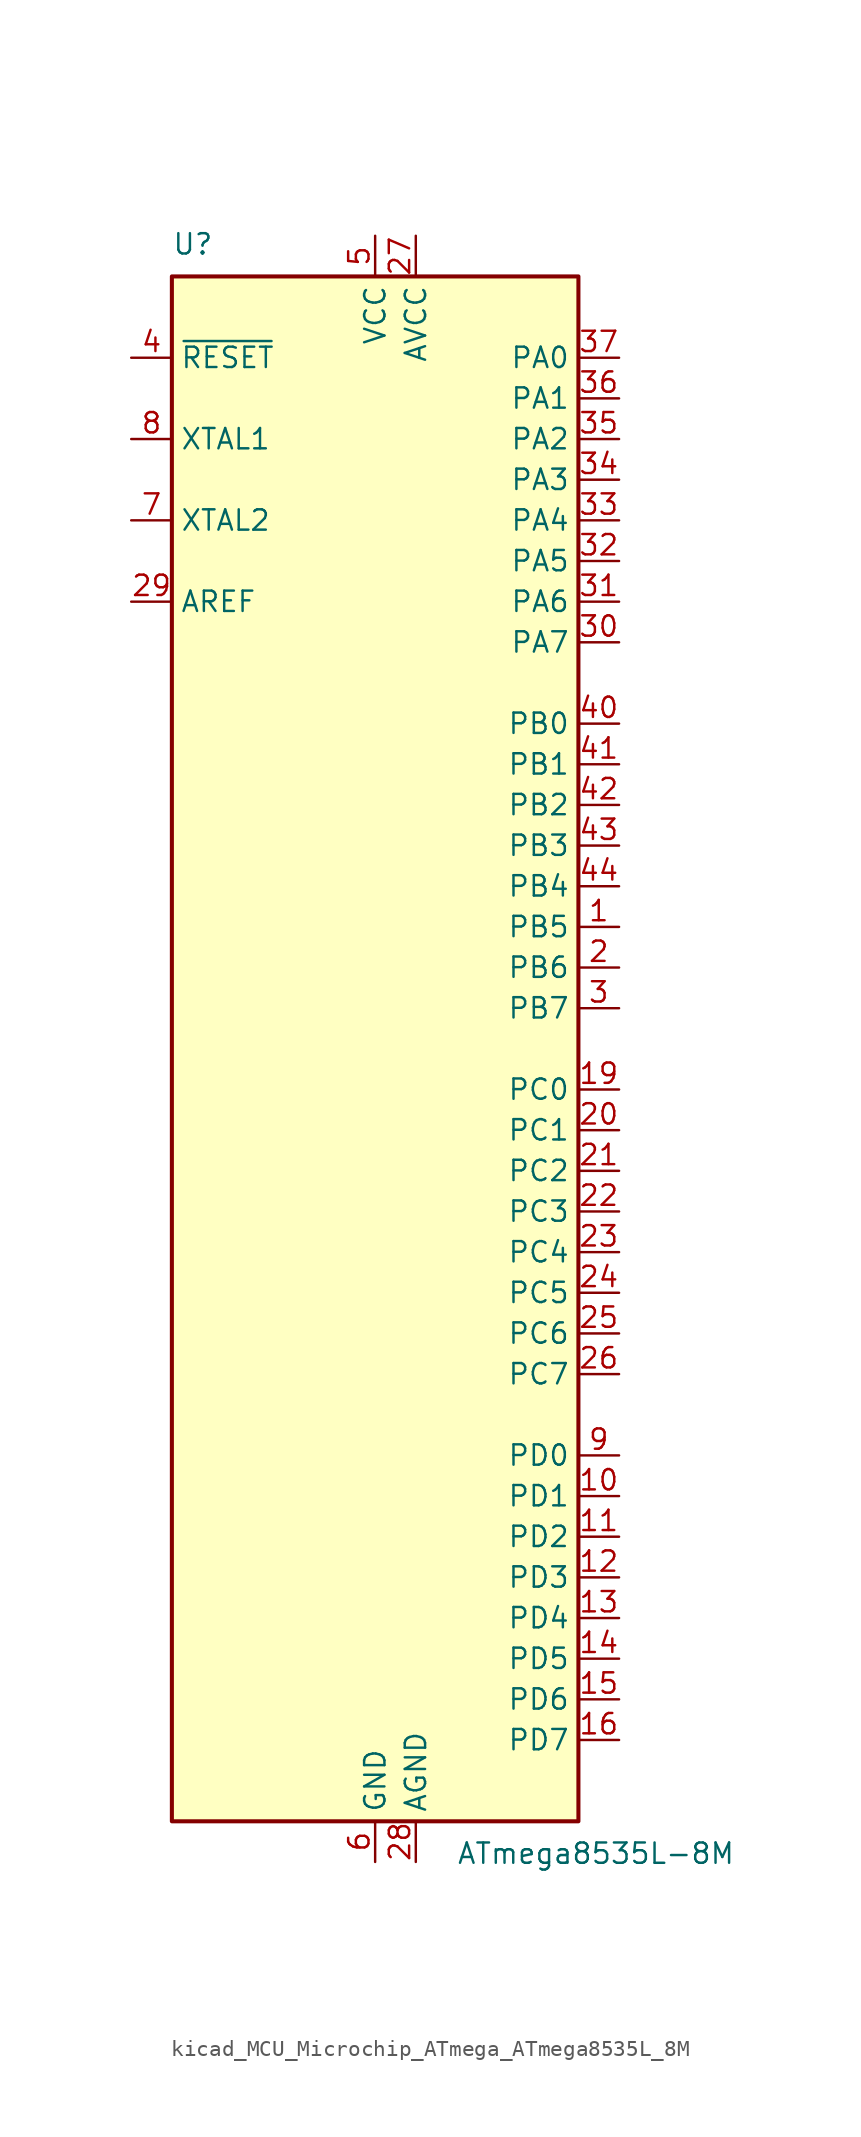
<source format=kicad_sym>
(kicad_symbol_lib
  (version 20220914)
  (generator kicad_symbol_editor)
  (symbol "kicad_MCU_Microchip_ATmega_ATmega8535L_8M"
    (property "Reference" "U"
      (at -12.7 49.53 0)
      (effects (font (size 1.27 1.27)) (justify left bottom)))
    (property "Value" "ATmega8535L-8M"
      (at 5.08 -49.53 0)
      (effects (font (size 1.27 1.27)) (justify left top)))
    (symbol "kicad_MCU_Microchip_ATmega_ATmega8535L_8M_0_1"
      (rectangle (start -12.7 -48.26) (end 12.7 48.26) (stroke (width 0.254) (type default)) (fill (type background))))
    (symbol "kicad_MCU_Microchip_ATmega_ATmega8535L_8M_1_1"
      (pin bidirectional line (at 15.24 7.62 180) (length 2.54) (name "PB5" (effects (font (size 1.27 1.27)))) (number "1" (effects (font (size 1.27 1.27)))))
      (pin bidirectional line (at 15.24 -27.94 180) (length 2.54) (name "PD1" (effects (font (size 1.27 1.27)))) (number "10" (effects (font (size 1.27 1.27)))))
      (pin bidirectional line (at 15.24 -30.48 180) (length 2.54) (name "PD2" (effects (font (size 1.27 1.27)))) (number "11" (effects (font (size 1.27 1.27)))))
      (pin bidirectional line (at 15.24 -33.02 180) (length 2.54) (name "PD3" (effects (font (size 1.27 1.27)))) (number "12" (effects (font (size 1.27 1.27)))))
      (pin bidirectional line (at 15.24 -35.56 180) (length 2.54) (name "PD4" (effects (font (size 1.27 1.27)))) (number "13" (effects (font (size 1.27 1.27)))))
      (pin bidirectional line (at 15.24 -38.1 180) (length 2.54) (name "PD5" (effects (font (size 1.27 1.27)))) (number "14" (effects (font (size 1.27 1.27)))))
      (pin bidirectional line (at 15.24 -40.64 180) (length 2.54) (name "PD6" (effects (font (size 1.27 1.27)))) (number "15" (effects (font (size 1.27 1.27)))))
      (pin bidirectional line (at 15.24 -43.18 180) (length 2.54) (name "PD7" (effects (font (size 1.27 1.27)))) (number "16" (effects (font (size 1.27 1.27)))))
      (pin passive line (at 0 50.8 270) (length 2.54) hide (name "VCC" (effects (font (size 1.27 1.27)))) (number "17" (effects (font (size 1.27 1.27)))))
      (pin passive line (at 0 -50.8 90) (length 2.54) hide (name "GND" (effects (font (size 1.27 1.27)))) (number "18" (effects (font (size 1.27 1.27)))))
      (pin bidirectional line (at 15.24 -2.54 180) (length 2.54) (name "PC0" (effects (font (size 1.27 1.27)))) (number "19" (effects (font (size 1.27 1.27)))))
      (pin bidirectional line (at 15.24 5.08 180) (length 2.54) (name "PB6" (effects (font (size 1.27 1.27)))) (number "2" (effects (font (size 1.27 1.27)))))
      (pin bidirectional line (at 15.24 -5.08 180) (length 2.54) (name "PC1" (effects (font (size 1.27 1.27)))) (number "20" (effects (font (size 1.27 1.27)))))
      (pin bidirectional line (at 15.24 -7.62 180) (length 2.54) (name "PC2" (effects (font (size 1.27 1.27)))) (number "21" (effects (font (size 1.27 1.27)))))
      (pin bidirectional line (at 15.24 -10.16 180) (length 2.54) (name "PC3" (effects (font (size 1.27 1.27)))) (number "22" (effects (font (size 1.27 1.27)))))
      (pin bidirectional line (at 15.24 -12.7 180) (length 2.54) (name "PC4" (effects (font (size 1.27 1.27)))) (number "23" (effects (font (size 1.27 1.27)))))
      (pin bidirectional line (at 15.24 -15.24 180) (length 2.54) (name "PC5" (effects (font (size 1.27 1.27)))) (number "24" (effects (font (size 1.27 1.27)))))
      (pin bidirectional line (at 15.24 -17.78 180) (length 2.54) (name "PC6" (effects (font (size 1.27 1.27)))) (number "25" (effects (font (size 1.27 1.27)))))
      (pin bidirectional line (at 15.24 -20.32 180) (length 2.54) (name "PC7" (effects (font (size 1.27 1.27)))) (number "26" (effects (font (size 1.27 1.27)))))
      (pin power_in line (at 2.54 50.8 270) (length 2.54) (name "AVCC" (effects (font (size 1.27 1.27)))) (number "27" (effects (font (size 1.27 1.27)))))
      (pin power_in line (at 2.54 -50.8 90) (length 2.54) (name "AGND" (effects (font (size 1.27 1.27)))) (number "28" (effects (font (size 1.27 1.27)))))
      (pin passive line (at -15.24 27.94 0) (length 2.54) (name "AREF" (effects (font (size 1.27 1.27)))) (number "29" (effects (font (size 1.27 1.27)))))
      (pin bidirectional line (at 15.24 2.54 180) (length 2.54) (name "PB7" (effects (font (size 1.27 1.27)))) (number "3" (effects (font (size 1.27 1.27)))))
      (pin bidirectional line (at 15.24 25.4 180) (length 2.54) (name "PA7" (effects (font (size 1.27 1.27)))) (number "30" (effects (font (size 1.27 1.27)))))
      (pin bidirectional line (at 15.24 27.94 180) (length 2.54) (name "PA6" (effects (font (size 1.27 1.27)))) (number "31" (effects (font (size 1.27 1.27)))))
      (pin bidirectional line (at 15.24 30.48 180) (length 2.54) (name "PA5" (effects (font (size 1.27 1.27)))) (number "32" (effects (font (size 1.27 1.27)))))
      (pin bidirectional line (at 15.24 33.02 180) (length 2.54) (name "PA4" (effects (font (size 1.27 1.27)))) (number "33" (effects (font (size 1.27 1.27)))))
      (pin bidirectional line (at 15.24 35.56 180) (length 2.54) (name "PA3" (effects (font (size 1.27 1.27)))) (number "34" (effects (font (size 1.27 1.27)))))
      (pin bidirectional line (at 15.24 38.1 180) (length 2.54) (name "PA2" (effects (font (size 1.27 1.27)))) (number "35" (effects (font (size 1.27 1.27)))))
      (pin bidirectional line (at 15.24 40.64 180) (length 2.54) (name "PA1" (effects (font (size 1.27 1.27)))) (number "36" (effects (font (size 1.27 1.27)))))
      (pin bidirectional line (at 15.24 43.18 180) (length 2.54) (name "PA0" (effects (font (size 1.27 1.27)))) (number "37" (effects (font (size 1.27 1.27)))))
      (pin passive line (at 0 50.8 270) (length 2.54) hide (name "VCC" (effects (font (size 1.27 1.27)))) (number "38" (effects (font (size 1.27 1.27)))))
      (pin passive line (at 0 -50.8 90) (length 2.54) hide (name "GND" (effects (font (size 1.27 1.27)))) (number "39" (effects (font (size 1.27 1.27)))))
      (pin input line (at -15.24 43.18 0) (length 2.54) (name "~{RESET}" (effects (font (size 1.27 1.27)))) (number "4" (effects (font (size 1.27 1.27)))))
      (pin bidirectional line (at 15.24 20.32 180) (length 2.54) (name "PB0" (effects (font (size 1.27 1.27)))) (number "40" (effects (font (size 1.27 1.27)))))
      (pin bidirectional line (at 15.24 17.78 180) (length 2.54) (name "PB1" (effects (font (size 1.27 1.27)))) (number "41" (effects (font (size 1.27 1.27)))))
      (pin bidirectional line (at 15.24 15.24 180) (length 2.54) (name "PB2" (effects (font (size 1.27 1.27)))) (number "42" (effects (font (size 1.27 1.27)))))
      (pin bidirectional line (at 15.24 12.7 180) (length 2.54) (name "PB3" (effects (font (size 1.27 1.27)))) (number "43" (effects (font (size 1.27 1.27)))))
      (pin bidirectional line (at 15.24 10.16 180) (length 2.54) (name "PB4" (effects (font (size 1.27 1.27)))) (number "44" (effects (font (size 1.27 1.27)))))
      (pin passive line (at 0 -50.8 90) (length 2.54) hide (name "GND" (effects (font (size 1.27 1.27)))) (number "45" (effects (font (size 1.27 1.27)))))
      (pin power_in line (at 0 50.8 270) (length 2.54) (name "VCC" (effects (font (size 1.27 1.27)))) (number "5" (effects (font (size 1.27 1.27)))))
      (pin power_in line (at 0 -50.8 90) (length 2.54) (name "GND" (effects (font (size 1.27 1.27)))) (number "6" (effects (font (size 1.27 1.27)))))
      (pin output line (at -15.24 33.02 0) (length 2.54) (name "XTAL2" (effects (font (size 1.27 1.27)))) (number "7" (effects (font (size 1.27 1.27)))))
      (pin input line (at -15.24 38.1 0) (length 2.54) (name "XTAL1" (effects (font (size 1.27 1.27)))) (number "8" (effects (font (size 1.27 1.27)))))
      (pin bidirectional line (at 15.24 -25.4 180) (length 2.54) (name "PD0" (effects (font (size 1.27 1.27)))) (number "9" (effects (font (size 1.27 1.27))))))))
</source>
